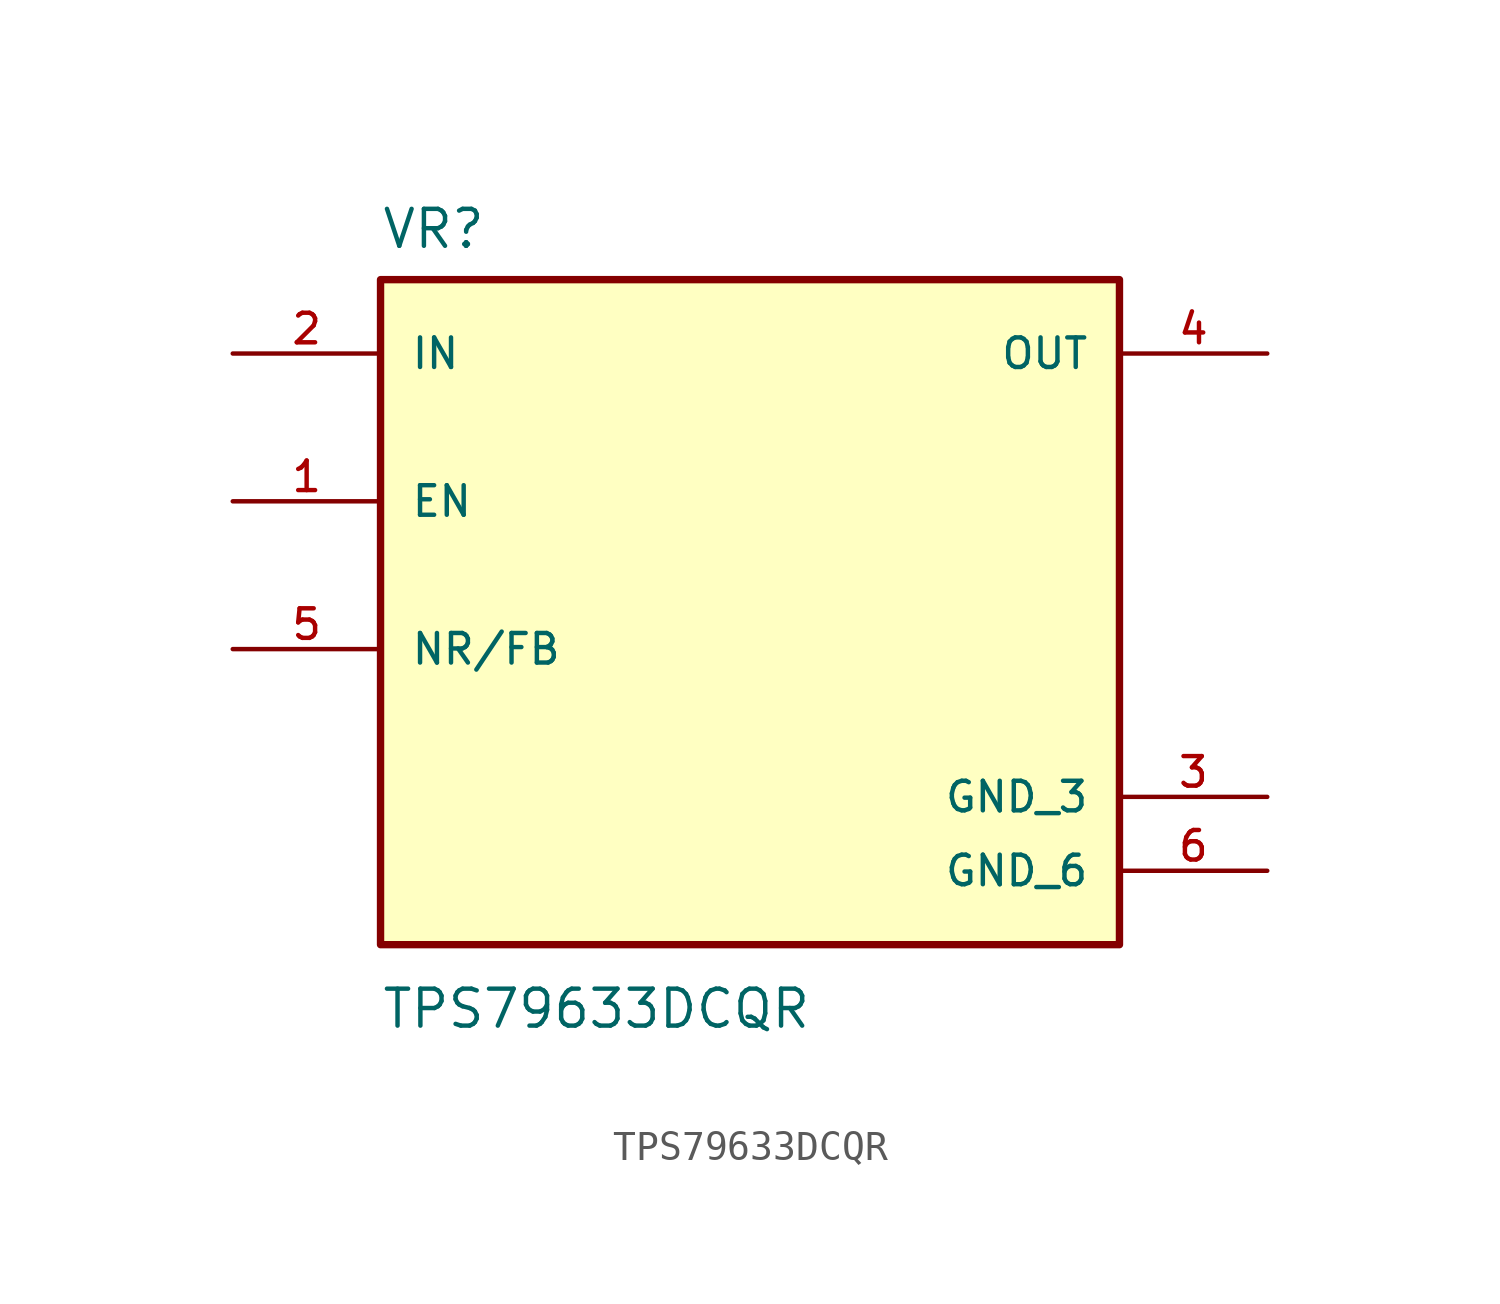
<source format=kicad_sym>
(kicad_symbol_lib
  (version 20211014)
  (generator kicad_symbol_editor)
  (symbol "TPS79633DCQR"
    (pin_names
      (offset 1.016))
    (property "Reference" "VR"
      (at -12.7 11.16 0.0)
      (effects (font (size 1.27 1.27)) (justify bottom left)))
    (property "Value" "TPS79633DCQR"
      (at -12.7 -14.16 0.0)
      (effects (font (size 1.27 1.27)) (justify top left)))
    (symbol "TPS79633DCQR_0_0"
      (rectangle (start -12.7 -12.7) (end 12.7 10.16) (stroke (width 0.254)) (fill (type background)))
      (pin input line (at -17.78 7.62 0) (length 5.08) (name "IN" (effects (font (size 1.016 1.016)))) (number "2" (effects (font (size 1.016 1.016)))))
      (pin input line (at -17.78 2.54 0) (length 5.08) (name "EN" (effects (font (size 1.016 1.016)))) (number "1" (effects (font (size 1.016 1.016)))))
      (pin bidirectional line (at -17.78 -2.54 0) (length 5.08) (name "NR/FB" (effects (font (size 1.016 1.016)))) (number "5" (effects (font (size 1.016 1.016)))))
      (pin output line (at 17.78 7.62 180.0) (length 5.08) (name "OUT" (effects (font (size 1.016 1.016)))) (number "4" (effects (font (size 1.016 1.016)))))
      (pin power_in line (at 17.78 -7.62 180.0) (length 5.08) (name "GND_3" (effects (font (size 1.016 1.016)))) (number "3" (effects (font (size 1.016 1.016)))))
      (pin power_in line (at 17.78 -10.16 180.0) (length 5.08) (name "GND_6" (effects (font (size 1.016 1.016)))) (number "6" (effects (font (size 1.016 1.016))))))))
</source>
